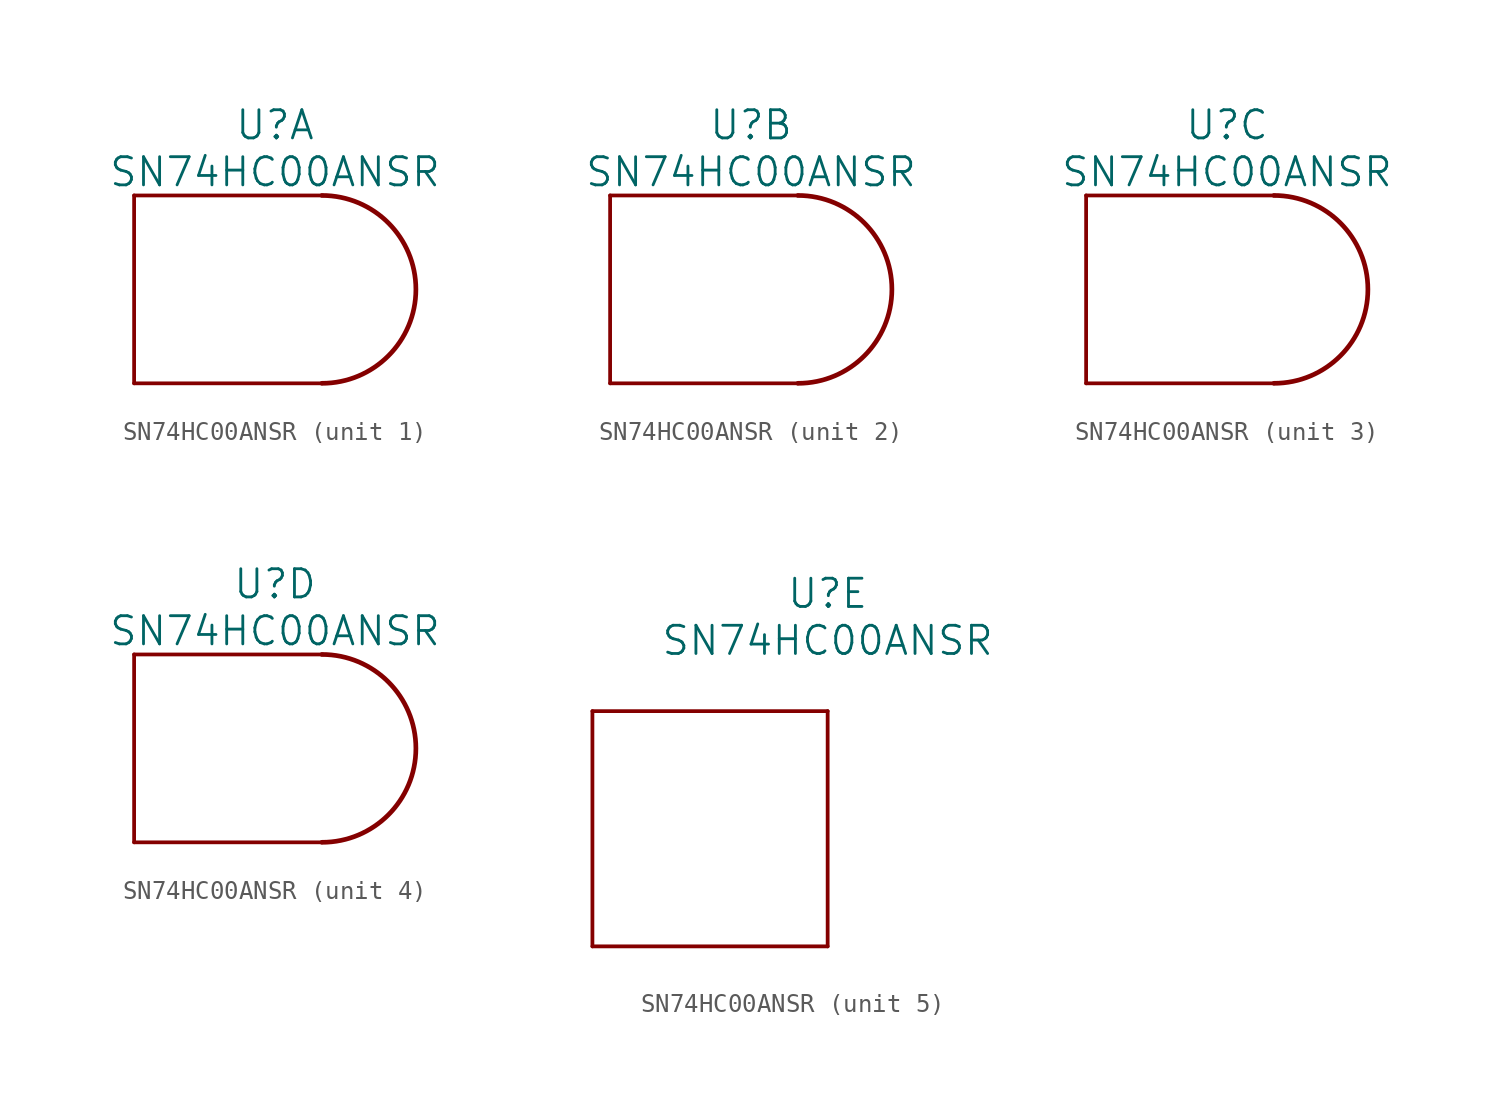
<source format=kicad_sym>
(kicad_symbol_lib
  (version 20211014)
  (generator kicad_symbol_editor)
  (symbol "SN74HC00ANSR"
    (pin_names
      (offset 0.254))
    (property "Reference" "U"
      (at 15.24 11.43 0)
      (effects (font (size 1.524 1.524))))
    (property "Value" "SN74HC00ANSR"
      (at 15.24 8.89 0)
      (effects (font (size 1.524 1.524))))
    (symbol "SN74HC00ANSR_1_1"
      (arc (start 17.78 -2.54) (mid 22.86 2.54) (end 17.78 7.62) (stroke (width 0.254) (type default) (color 0 0 0 0)) (fill (type none)))
      (polyline (pts (xy 7.62 7.62) (xy 7.62 -2.54)) (stroke (width 0.203) (type default) (color 0 0 0 0)) (fill (type none)))
      (polyline (pts (xy 7.62 7.62) (xy 17.78 7.62)) (stroke (width 0.203) (type default) (color 0 0 0 0)) (fill (type none)))
      (polyline (pts (xy 7.62 -2.54) (xy 17.78 -2.54)) (stroke (width 0.203) (type default) (color 0 0 0 0)) (fill (type none))))
    (symbol "SN74HC00ANSR_2_1"
      (arc (start 17.78 -2.54) (mid 22.86 2.54) (end 17.78 7.62) (stroke (width 0.254) (type default) (color 0 0 0 0)) (fill (type none)))
      (polyline (pts (xy 7.62 7.62) (xy 7.62 -2.54)) (stroke (width 0.203) (type default) (color 0 0 0 0)) (fill (type none)))
      (polyline (pts (xy 7.62 7.62) (xy 17.78 7.62)) (stroke (width 0.203) (type default) (color 0 0 0 0)) (fill (type none)))
      (polyline (pts (xy 7.62 -2.54) (xy 17.78 -2.54)) (stroke (width 0.203) (type default) (color 0 0 0 0)) (fill (type none))))
    (symbol "SN74HC00ANSR_3_1"
      (arc (start 17.78 -2.54) (mid 22.86 2.54) (end 17.78 7.62) (stroke (width 0.254) (type default) (color 0 0 0 0)) (fill (type none)))
      (polyline (pts (xy 7.62 7.62) (xy 7.62 -2.54)) (stroke (width 0.203) (type default) (color 0 0 0 0)) (fill (type none)))
      (polyline (pts (xy 7.62 7.62) (xy 17.78 7.62)) (stroke (width 0.203) (type default) (color 0 0 0 0)) (fill (type none)))
      (polyline (pts (xy 7.62 -2.54) (xy 17.78 -2.54)) (stroke (width 0.203) (type default) (color 0 0 0 0)) (fill (type none))))
    (symbol "SN74HC00ANSR_4_1"
      (arc (start 17.78 -2.54) (mid 22.86 2.54) (end 17.78 7.62) (stroke (width 0.254) (type default) (color 0 0 0 0)) (fill (type none)))
      (polyline (pts (xy 7.62 7.62) (xy 7.62 -2.54)) (stroke (width 0.203) (type default) (color 0 0 0 0)) (fill (type none)))
      (polyline (pts (xy 7.62 7.62) (xy 17.78 7.62)) (stroke (width 0.203) (type default) (color 0 0 0 0)) (fill (type none)))
      (polyline (pts (xy 7.62 -2.54) (xy 17.78 -2.54)) (stroke (width 0.203) (type default) (color 0 0 0 0)) (fill (type none))))
    (symbol "SN74HC00ANSR_5_1"
      (polyline (pts (xy 2.54 5.08) (xy 15.24 5.08)) (stroke (width 0.203) (type default) (color 0 0 0 0)) (fill (type none)))
      (polyline (pts (xy 2.54 5.08) (xy 2.54 -7.62)) (stroke (width 0.203) (type default) (color 0 0 0 0)) (fill (type none)))
      (polyline (pts (xy 2.54 -7.62) (xy 15.24 -7.62)) (stroke (width 0.203) (type default) (color 0 0 0 0)) (fill (type none)))
      (polyline (pts (xy 15.24 -7.62) (xy 15.24 5.08)) (stroke (width 0.203) (type default) (color 0 0 0 0)) (fill (type none))))))
</source>
